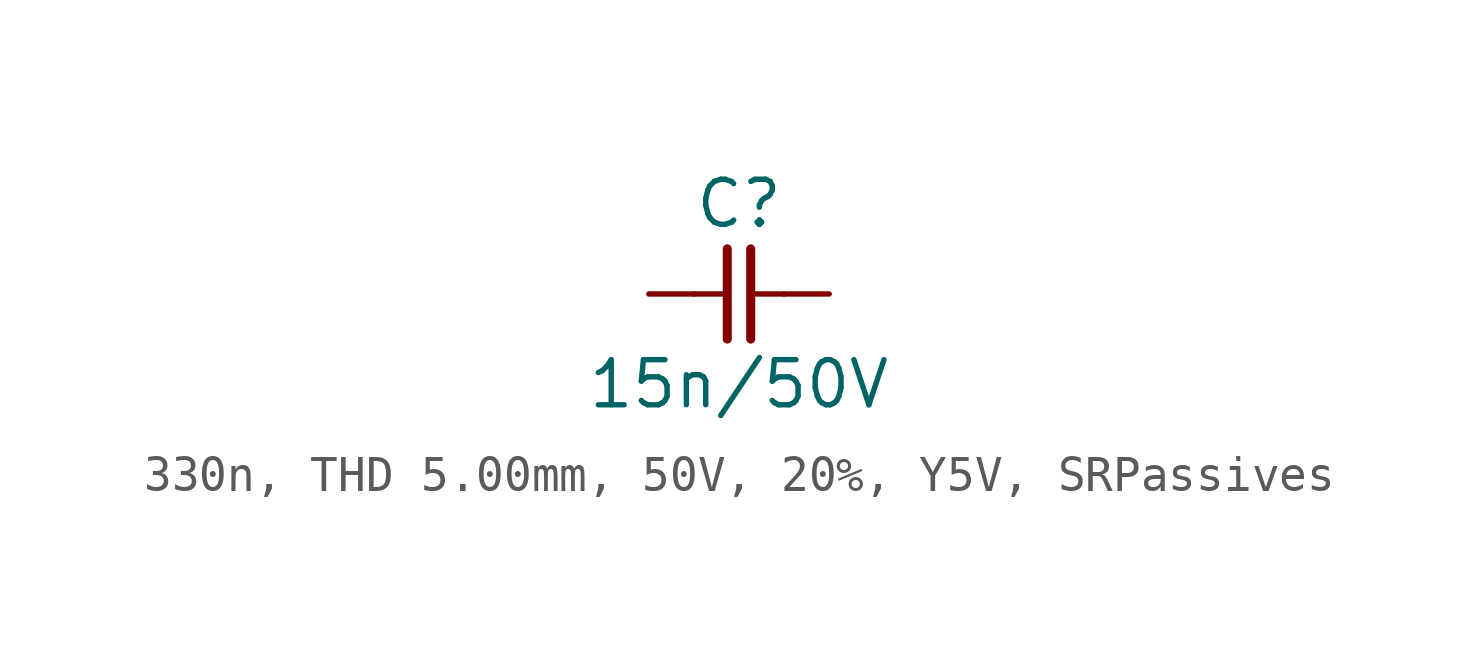
<source format=kicad_sym>
(kicad_symbol_lib
  (version 20241209)
  (generator "kicad_symbol_editor")
  (generator_version "9.0")
  (symbol "330n, THD 5.00mm, 50V, 20%, Y5V, SRPassives"
    (pin_numbers
      (hide yes))
    (pin_names
      (offset 0)
      (hide yes))
    (property "Reference" "C"
      (at 0 2.54 0)
      (effects (font (size 1.27 1.27))))
    (property "Value" "15n/50V"
      (at 0 -2.54 0)
      (effects (font (size 1.27 1.27))))
    (symbol "330n, THD 5.00mm, 50V, 20%, Y5V, SRPassives_0_1"
      (polyline (pts (xy -0.33 1.27) (xy -0.33 -1.27)) (stroke (width 0.254) (type default)) (fill (type none)))
      (polyline (pts (xy -0.318 0) (xy -1.27 0)) (stroke (width 0) (type default)) (fill (type none)))
      (polyline (pts (xy 0.33 1.27) (xy 0.33 -1.27)) (stroke (width 0.254) (type default)) (fill (type none)))
      (polyline (pts (xy 1.27 0) (xy 0.318 0)) (stroke (width 0) (type default)) (fill (type none))))
    (symbol "330n, THD 5.00mm, 50V, 20%, Y5V, SRPassives_1_1"
      (pin passive line (at -2.54 0 0) (length 1.27) (name "1" (effects (font (size 1.27 1.27)))) (number "1" (effects (font (size 1.27 1.27)))))
      (pin passive line (at 2.54 0 180) (length 1.27) (name "2" (effects (font (size 1.27 1.27)))) (number "2" (effects (font (size 1.27 1.27))))))))
</source>
